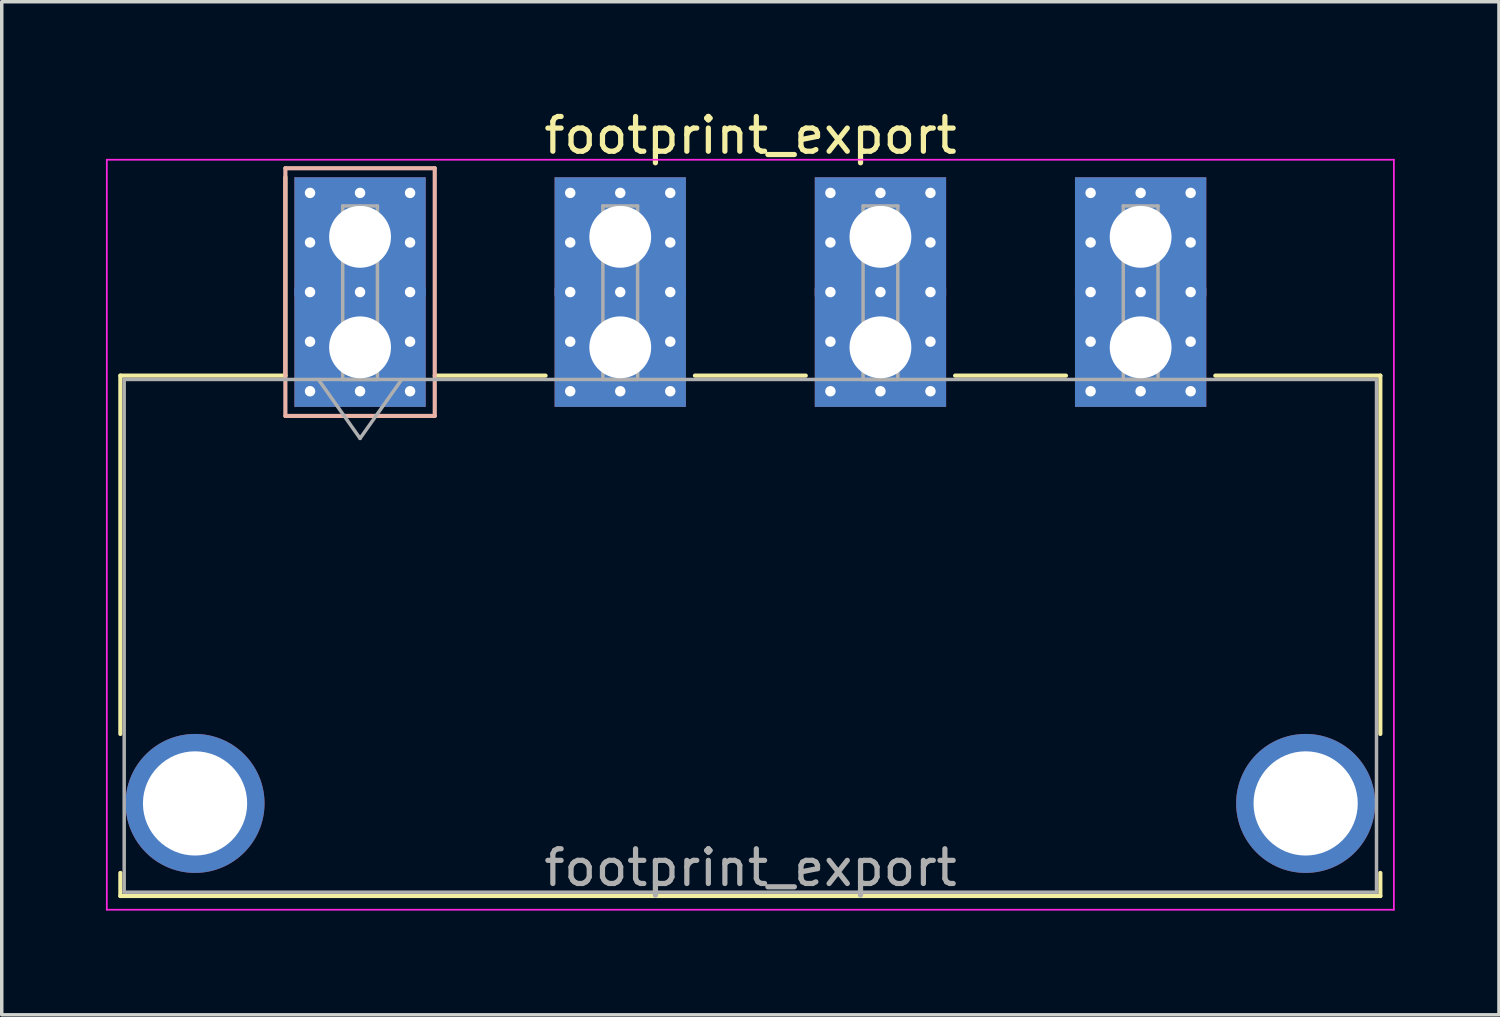
<source format=kicad_pcb>
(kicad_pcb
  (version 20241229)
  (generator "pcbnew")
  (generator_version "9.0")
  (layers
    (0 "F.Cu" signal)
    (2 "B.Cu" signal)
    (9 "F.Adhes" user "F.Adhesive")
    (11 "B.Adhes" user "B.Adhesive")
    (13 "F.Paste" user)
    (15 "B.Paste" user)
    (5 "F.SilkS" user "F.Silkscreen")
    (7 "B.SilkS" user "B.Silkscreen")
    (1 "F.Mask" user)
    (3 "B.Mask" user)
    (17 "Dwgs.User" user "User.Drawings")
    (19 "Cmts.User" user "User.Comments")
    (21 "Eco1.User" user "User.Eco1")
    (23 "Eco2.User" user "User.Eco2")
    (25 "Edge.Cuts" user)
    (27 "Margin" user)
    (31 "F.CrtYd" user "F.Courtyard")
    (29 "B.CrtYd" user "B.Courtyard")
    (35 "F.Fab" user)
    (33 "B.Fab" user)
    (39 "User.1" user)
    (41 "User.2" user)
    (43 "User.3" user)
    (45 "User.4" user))
  (footprint "footprint_export"
    (layer "F.Cu")
    (at 7.315 6.948)
    (property "Reference" "footprint_export" (at 11.24 -6.1 0) (layer "F.SilkS") (effects (font (size 1 1) (thickness 0.15))))
    (attr through_hole)
    (fp_line (start -6.9 0.815) (end -6.9 11.13) (stroke (width 0.12) (type solid)) (layer "F.SilkS"))
    (fp_line (start -6.9 15.13) (end -6.9 15.795) (stroke (width 0.12) (type solid)) (layer "F.SilkS"))
    (fp_line (start -6.9 15.795) (end 11.235 15.795) (stroke (width 0.12) (type solid)) (layer "F.SilkS"))
    (fp_line (start -2.15 0.815) (end -6.9 0.815) (stroke (width 0.12) (type solid)) (layer "F.SilkS"))
    (fp_line (start -2.15 0.815) (end -2.15 -4.895) (stroke (width 0.12) (type solid)) (layer "F.SilkS"))
    (fp_line (start 2.15 0.815) (end 5.34 0.815) (stroke (width 0.12) (type solid)) (layer "F.SilkS"))
    (fp_line (start 9.64 0.815) (end 12.83 0.815) (stroke (width 0.12) (type solid)) (layer "F.SilkS"))
    (fp_line (start 17.13 0.815) (end 20.32 0.815) (stroke (width 0.12) (type solid)) (layer "F.SilkS"))
    (fp_line (start 24.62 0.815) (end 29.37 0.815) (stroke (width 0.12) (type solid)) (layer "F.SilkS"))
    (fp_line (start 29.37 0.815) (end 29.37 11.13) (stroke (width 0.12) (type solid)) (layer "F.SilkS"))
    (fp_line (start 29.37 15.13) (end 29.37 15.795) (stroke (width 0.12) (type solid)) (layer "F.SilkS"))
    (fp_line (start 29.37 15.795) (end 11.235 15.795) (stroke (width 0.12) (type solid)) (layer "F.SilkS"))
    (fp_line (start -2.15 -5.155) (end -2.15 1.975) (stroke (width 0.12) (type solid)) (layer "B.SilkS"))
    (fp_line (start -2.15 1.975) (end 2.15 1.975) (stroke (width 0.12) (type solid)) (layer "B.SilkS"))
    (fp_line (start 2.15 -5.155) (end -2.15 -5.155) (stroke (width 0.12) (type solid)) (layer "B.SilkS"))
    (fp_line (start 2.15 1.975) (end 2.15 -5.155) (stroke (width 0.12) (type solid)) (layer "B.SilkS"))
    (fp_line (start -7.29 -5.4) (end -7.29 16.19) (stroke (width 0.05) (type solid)) (layer "F.CrtYd"))
    (fp_line (start -7.29 16.19) (end 29.76 16.19) (stroke (width 0.05) (type solid)) (layer "F.CrtYd"))
    (fp_line (start 29.76 -5.4) (end -7.29 -5.4) (stroke (width 0.05) (type solid)) (layer "F.CrtYd"))
    (fp_line (start 29.76 16.19) (end 29.76 -5.4) (stroke (width 0.05) (type solid)) (layer "F.CrtYd"))
    (fp_line (start -6.79 0.925) (end -6.79 15.685) (stroke (width 0.1) (type solid)) (layer "F.Fab"))
    (fp_line (start -6.79 15.685) (end 29.26 15.685) (stroke (width 0.1) (type solid)) (layer "F.Fab"))
    (fp_line (start -1.2 0.925) (end 0 2.622) (stroke (width 0.1) (type solid)) (layer "F.Fab"))
    (fp_line (start -0.5 -4.07) (end 0.5 -4.07) (stroke (width 0.1) (type solid)) (layer "F.Fab"))
    (fp_line (start -0.5 0.925) (end -0.5 -4.07) (stroke (width 0.1) (type solid)) (layer "F.Fab"))
    (fp_line (start 0 2.622) (end 1.2 0.925) (stroke (width 0.1) (type solid)) (layer "F.Fab"))
    (fp_line (start 0.5 -4.07) (end 0.5 0.925) (stroke (width 0.1) (type solid)) (layer "F.Fab"))
    (fp_line (start 0.5 0.925) (end -0.5 0.925) (stroke (width 0.1) (type solid)) (layer "F.Fab"))
    (fp_line (start 6.99 -4.07) (end 7.99 -4.07) (stroke (width 0.1) (type solid)) (layer "F.Fab"))
    (fp_line (start 6.99 0.925) (end 6.99 -4.07) (stroke (width 0.1) (type solid)) (layer "F.Fab"))
    (fp_line (start 7.99 -4.07) (end 7.99 0.925) (stroke (width 0.1) (type solid)) (layer "F.Fab"))
    (fp_line (start 7.99 0.925) (end 6.99 0.925) (stroke (width 0.1) (type solid)) (layer "F.Fab"))
    (fp_line (start 14.48 -4.07) (end 15.48 -4.07) (stroke (width 0.1) (type solid)) (layer "F.Fab"))
    (fp_line (start 14.48 0.925) (end 14.48 -4.07) (stroke (width 0.1) (type solid)) (layer "F.Fab"))
    (fp_line (start 15.48 -4.07) (end 15.48 0.925) (stroke (width 0.1) (type solid)) (layer "F.Fab"))
    (fp_line (start 15.48 0.925) (end 14.48 0.925) (stroke (width 0.1) (type solid)) (layer "F.Fab"))
    (fp_line (start 21.97 -4.07) (end 22.97 -4.07) (stroke (width 0.1) (type solid)) (layer "F.Fab"))
    (fp_line (start 21.97 0.925) (end 21.97 -4.07) (stroke (width 0.1) (type solid)) (layer "F.Fab"))
    (fp_line (start 22.97 -4.07) (end 22.97 0.925) (stroke (width 0.1) (type solid)) (layer "F.Fab"))
    (fp_line (start 22.97 0.925) (end 21.97 0.925) (stroke (width 0.1) (type solid)) (layer "F.Fab"))
    (fp_line (start 29.26 0.925) (end -6.79 0.925) (stroke (width 0.1) (type solid)) (layer "F.Fab"))
    (fp_line (start 29.26 15.685) (end 29.26 0.925) (stroke (width 0.1) (type solid)) (layer "F.Fab"))
    (fp_text user "${REFERENCE}" (at 11.24 14.98 0) (layer "F.Fab") (effects (font (size 1 1) (thickness 0.15))))
    (pad "" thru_hole circle (at -4.75 13.13) (size 4 4) (drill 3) (layers "*.Cu" "*.Mask"))
    (pad "" thru_hole circle (at 27.22 13.13) (size 4 4) (drill 3) (layers "*.Cu" "*.Mask"))
    (pad "1" thru_hole rect (at -1.44 -4.445) (size 0.6 0.6) (drill 0.3) (layers "*.Cu" "*.Mask"))
    (pad "1" thru_hole rect (at -1.44 -3.018) (size 0.6 0.6) (drill 0.3) (layers "*.Cu" "*.Mask"))
    (pad "1" thru_hole rect (at -1.44 -1.59) (size 0.6 0.6) (drill 0.3) (layers "*.Cu" "*.Mask"))
    (pad "1" thru_hole rect (at -1.44 -0.163) (size 0.6 0.6) (drill 0.3) (layers "*.Cu" "*.Mask"))
    (pad "1" thru_hole rect (at -1.44 1.265) (size 0.6 0.6) (drill 0.3) (layers "*.Cu" "*.Mask"))
    (pad "1" thru_hole rect (at 0 -4.445) (size 0.6 0.6) (drill 0.3) (layers "*.Cu" "*.Mask"))
    (pad "1" thru_hole rect (at 0 -3.18) (size 3.78 3.43) (drill 1.78) (layers "*.Cu" "*.Mask"))
    (pad "1" thru_hole rect (at 0 -1.59) (size 0.6 0.6) (drill 0.3) (layers "*.Cu" "*.Mask"))
    (pad "1" thru_hole rect (at 0 0) (size 3.78 3.43) (drill 1.78) (layers "*.Cu" "*.Mask"))
    (pad "1" thru_hole rect (at 0 1.265) (size 0.6 0.6) (drill 0.3) (layers "*.Cu" "*.Mask"))
    (pad "1" thru_hole rect (at 1.44 -4.445) (size 0.6 0.6) (drill 0.3) (layers "*.Cu" "*.Mask"))
    (pad "1" thru_hole rect (at 1.44 -3.018) (size 0.6 0.6) (drill 0.3) (layers "*.Cu" "*.Mask"))
    (pad "1" thru_hole rect (at 1.44 -1.59) (size 0.6 0.6) (drill 0.3) (layers "*.Cu" "*.Mask"))
    (pad "1" thru_hole rect (at 1.44 -0.163) (size 0.6 0.6) (drill 0.3) (layers "*.Cu" "*.Mask"))
    (pad "1" thru_hole rect (at 1.44 1.265) (size 0.6 0.6) (drill 0.3) (layers "*.Cu" "*.Mask"))
    (pad "2" thru_hole circle (at 6.05 -4.445) (size 0.6 0.6) (drill 0.3) (layers "*.Cu" "*.Mask"))
    (pad "2" thru_hole circle (at 6.05 -3.018) (size 0.6 0.6) (drill 0.3) (layers "*.Cu" "*.Mask"))
    (pad "2" thru_hole circle (at 6.05 -1.59) (size 0.6 0.6) (drill 0.3) (layers "*.Cu" "*.Mask"))
    (pad "2" thru_hole circle (at 6.05 -0.163) (size 0.6 0.6) (drill 0.3) (layers "*.Cu" "*.Mask"))
    (pad "2" thru_hole circle (at 6.05 1.265) (size 0.6 0.6) (drill 0.3) (layers "*.Cu" "*.Mask"))
    (pad "2" thru_hole circle (at 7.49 -4.445) (size 0.6 0.6) (drill 0.3) (layers "*.Cu" "*.Mask"))
    (pad "2" thru_hole rect (at 7.49 -3.18) (size 3.78 3.43) (drill 1.78) (layers "*.Cu" "*.Mask"))
    (pad "2" thru_hole circle (at 7.49 -1.59) (size 0.6 0.6) (drill 0.3) (layers "*.Cu" "*.Mask"))
    (pad "2" thru_hole rect (at 7.49 0) (size 3.78 3.43) (drill 1.78) (layers "*.Cu" "*.Mask"))
    (pad "2" thru_hole circle (at 7.49 1.265) (size 0.6 0.6) (drill 0.3) (layers "*.Cu" "*.Mask"))
    (pad "2" thru_hole circle (at 8.93 -4.445) (size 0.6 0.6) (drill 0.3) (layers "*.Cu" "*.Mask"))
    (pad "2" thru_hole circle (at 8.93 -3.018) (size 0.6 0.6) (drill 0.3) (layers "*.Cu" "*.Mask"))
    (pad "2" thru_hole circle (at 8.93 -1.59) (size 0.6 0.6) (drill 0.3) (layers "*.Cu" "*.Mask"))
    (pad "2" thru_hole circle (at 8.93 -0.163) (size 0.6 0.6) (drill 0.3) (layers "*.Cu" "*.Mask"))
    (pad "2" thru_hole circle (at 8.93 1.265) (size 0.6 0.6) (drill 0.3) (layers "*.Cu" "*.Mask"))
    (pad "3" thru_hole circle (at 13.54 -4.445) (size 0.6 0.6) (drill 0.3) (layers "*.Cu" "*.Mask"))
    (pad "3" thru_hole circle (at 13.54 -3.018) (size 0.6 0.6) (drill 0.3) (layers "*.Cu" "*.Mask"))
    (pad "3" thru_hole circle (at 13.54 -1.59) (size 0.6 0.6) (drill 0.3) (layers "*.Cu" "*.Mask"))
    (pad "3" thru_hole circle (at 13.54 -0.163) (size 0.6 0.6) (drill 0.3) (layers "*.Cu" "*.Mask"))
    (pad "3" thru_hole circle (at 13.54 1.265) (size 0.6 0.6) (drill 0.3) (layers "*.Cu" "*.Mask"))
    (pad "3" thru_hole circle (at 14.98 -4.445) (size 0.6 0.6) (drill 0.3) (layers "*.Cu" "*.Mask"))
    (pad "3" thru_hole rect (at 14.98 -3.18) (size 3.78 3.43) (drill 1.78) (layers "*.Cu" "*.Mask"))
    (pad "3" thru_hole circle (at 14.98 -1.59) (size 0.6 0.6) (drill 0.3) (layers "*.Cu" "*.Mask"))
    (pad "3" thru_hole rect (at 14.98 0) (size 3.78 3.43) (drill 1.78) (layers "*.Cu" "*.Mask"))
    (pad "3" thru_hole circle (at 14.98 1.265) (size 0.6 0.6) (drill 0.3) (layers "*.Cu" "*.Mask"))
    (pad "3" thru_hole circle (at 16.42 -4.445) (size 0.6 0.6) (drill 0.3) (layers "*.Cu" "*.Mask"))
    (pad "3" thru_hole circle (at 16.42 -3.018) (size 0.6 0.6) (drill 0.3) (layers "*.Cu" "*.Mask"))
    (pad "3" thru_hole circle (at 16.42 -1.59) (size 0.6 0.6) (drill 0.3) (layers "*.Cu" "*.Mask"))
    (pad "3" thru_hole circle (at 16.42 -0.163) (size 0.6 0.6) (drill 0.3) (layers "*.Cu" "*.Mask"))
    (pad "3" thru_hole circle (at 16.42 1.265) (size 0.6 0.6) (drill 0.3) (layers "*.Cu" "*.Mask"))
    (pad "4" thru_hole circle (at 21.03 -4.445) (size 0.6 0.6) (drill 0.3) (layers "*.Cu" "*.Mask"))
    (pad "4" thru_hole circle (at 21.03 -3.018) (size 0.6 0.6) (drill 0.3) (layers "*.Cu" "*.Mask"))
    (pad "4" thru_hole circle (at 21.03 -1.59) (size 0.6 0.6) (drill 0.3) (layers "*.Cu" "*.Mask"))
    (pad "4" thru_hole circle (at 21.03 -0.163) (size 0.6 0.6) (drill 0.3) (layers "*.Cu" "*.Mask"))
    (pad "4" thru_hole circle (at 21.03 1.265) (size 0.6 0.6) (drill 0.3) (layers "*.Cu" "*.Mask"))
    (pad "4" thru_hole circle (at 22.47 -4.445) (size 0.6 0.6) (drill 0.3) (layers "*.Cu" "*.Mask"))
    (pad "4" thru_hole rect (at 22.47 -3.18) (size 3.78 3.43) (drill 1.78) (layers "*.Cu" "*.Mask"))
    (pad "4" thru_hole circle (at 22.47 -1.59) (size 0.6 0.6) (drill 0.3) (layers "*.Cu" "*.Mask"))
    (pad "4" thru_hole rect (at 22.47 0) (size 3.78 3.43) (drill 1.78) (layers "*.Cu" "*.Mask"))
    (pad "4" thru_hole circle (at 22.47 1.265) (size 0.6 0.6) (drill 0.3) (layers "*.Cu" "*.Mask"))
    (pad "4" thru_hole circle (at 23.91 -4.445) (size 0.6 0.6) (drill 0.3) (layers "*.Cu" "*.Mask"))
    (pad "4" thru_hole circle (at 23.91 -3.018) (size 0.6 0.6) (drill 0.3) (layers "*.Cu" "*.Mask"))
    (pad "4" thru_hole circle (at 23.91 -1.59) (size 0.6 0.6) (drill 0.3) (layers "*.Cu" "*.Mask"))
    (pad "4" thru_hole circle (at 23.91 -0.163) (size 0.6 0.6) (drill 0.3) (layers "*.Cu" "*.Mask"))
    (pad "4" thru_hole circle (at 23.91 1.265) (size 0.6 0.6) (drill 0.3) (layers "*.Cu" "*.Mask")))
  (gr_rect
    (start -3 -3)
    (end 40.1 26.163)
    (stroke (width 0.1) (type default))
    (fill no)
    (layer "Edge.Cuts")))
</source>
